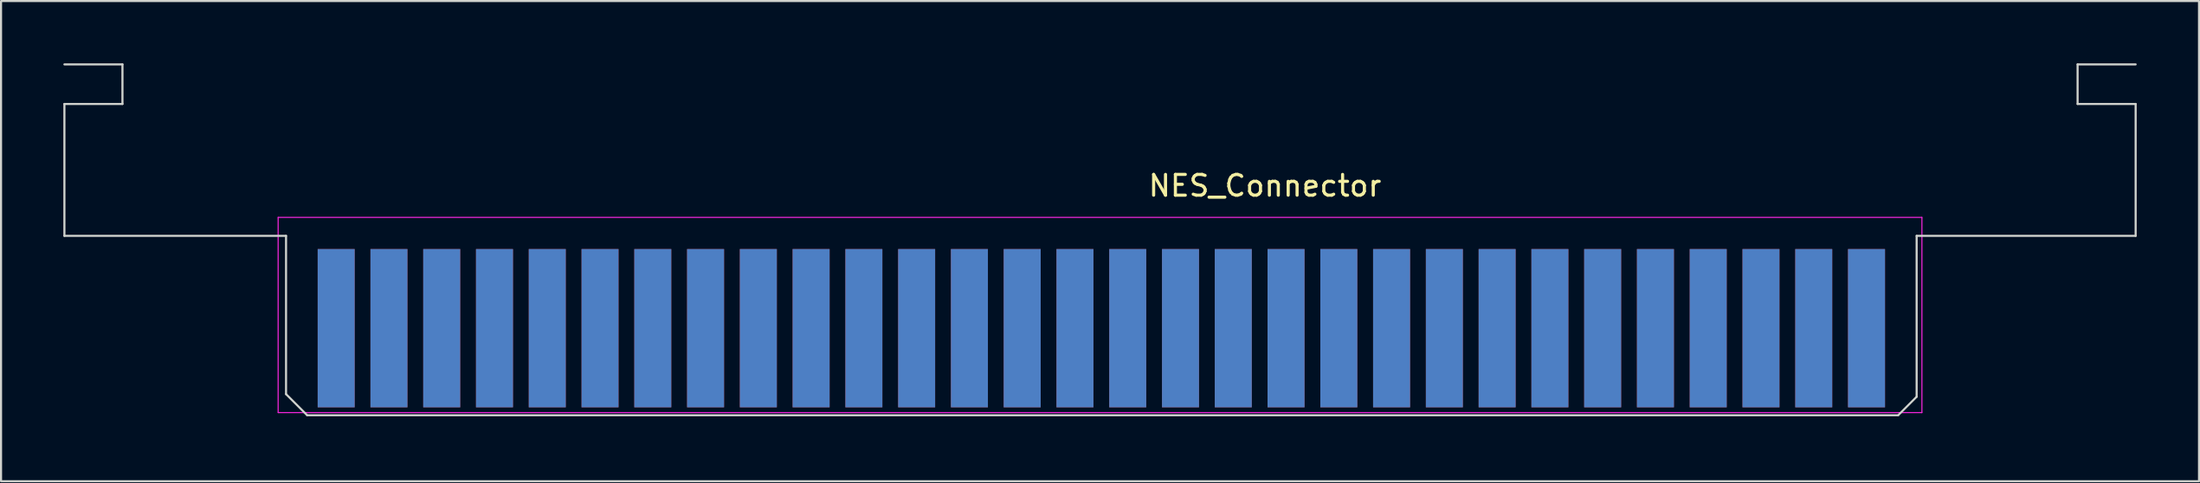
<source format=kicad_pcb>
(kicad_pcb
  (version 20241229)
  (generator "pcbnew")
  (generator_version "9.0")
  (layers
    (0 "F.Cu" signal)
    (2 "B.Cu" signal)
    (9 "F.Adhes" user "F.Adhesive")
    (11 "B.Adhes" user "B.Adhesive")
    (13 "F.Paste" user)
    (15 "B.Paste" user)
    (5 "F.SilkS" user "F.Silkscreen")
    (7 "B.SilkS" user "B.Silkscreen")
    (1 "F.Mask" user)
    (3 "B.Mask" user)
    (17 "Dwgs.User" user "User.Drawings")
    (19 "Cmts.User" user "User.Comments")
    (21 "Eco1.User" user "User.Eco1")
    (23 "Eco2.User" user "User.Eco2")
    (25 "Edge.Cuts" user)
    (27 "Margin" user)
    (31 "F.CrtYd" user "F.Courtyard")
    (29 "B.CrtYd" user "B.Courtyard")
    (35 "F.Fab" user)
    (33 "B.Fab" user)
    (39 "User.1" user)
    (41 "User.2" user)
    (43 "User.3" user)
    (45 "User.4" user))
  (footprint "NES_Connector"
    (layer "F.Cu")
    (at 13.131 12.75)
    (property "Reference" "NES_Connector" (at 44.704 -6.858 0) (layer "F.SilkS") (effects (font (size 1 1) (thickness 0.15))))
    (attr through_hole)
    (fp_rect (start -2.54 -3.556) (end 76.2 4.318) (stroke (width 0.1) (type solid)) (fill yes) (layer "F.Mask"))
    (fp_rect (start -2.54 -3.556) (end 76.2 4.318) (stroke (width 0.1) (type solid)) (fill yes) (layer "B.Mask"))
    (fp_line (start -13.081 -12.7) (end -10.287 -12.7) (stroke (width 0.1) (type solid)) (layer "Edge.Cuts"))
    (fp_line (start -13.081 -10.795) (end -13.081 -4.445) (stroke (width 0.1) (type solid)) (layer "Edge.Cuts"))
    (fp_line (start -13.081 -4.445) (end -2.413 -4.445) (stroke (width 0.1) (type solid)) (layer "Edge.Cuts"))
    (fp_line (start -10.287 -12.7) (end -10.287 -10.795) (stroke (width 0.1) (type solid)) (layer "Edge.Cuts"))
    (fp_line (start -10.287 -10.795) (end -13.081 -10.795) (stroke (width 0.1) (type solid)) (layer "Edge.Cuts"))
    (fp_line (start -2.413 -4.445) (end -2.413 3.175) (stroke (width 0.1) (type solid)) (layer "Edge.Cuts"))
    (fp_line (start -2.413 3.175) (end -1.397 4.191) (stroke (width 0.1) (type solid)) (layer "Edge.Cuts"))
    (fp_line (start -1.397 4.191) (end 75.184 4.191) (stroke (width 0.1) (type solid)) (layer "Edge.Cuts"))
    (fp_line (start 75.184 4.191) (end 76.073 3.302) (stroke (width 0.1) (type solid)) (layer "Edge.Cuts"))
    (fp_line (start 76.073 -4.445) (end 86.614 -4.445) (stroke (width 0.1) (type solid)) (layer "Edge.Cuts"))
    (fp_line (start 76.073 3.302) (end 76.073 -4.445) (stroke (width 0.1) (type solid)) (layer "Edge.Cuts"))
    (fp_line (start 83.82 -12.7) (end 86.614 -12.7) (stroke (width 0.1) (type solid)) (layer "Edge.Cuts"))
    (fp_line (start 83.82 -10.795) (end 83.82 -12.7) (stroke (width 0.1) (type solid)) (layer "Edge.Cuts"))
    (fp_line (start 86.614 -10.795) (end 83.82 -10.795) (stroke (width 0.1) (type solid)) (layer "Edge.Cuts"))
    (fp_line (start 86.614 -4.445) (end 86.614 -10.795) (stroke (width 0.1) (type solid)) (layer "Edge.Cuts"))
    (fp_line (start -2.794 -5.334) (end -2.794 4.06) (stroke (width 0.05) (type solid)) (layer "F.CrtYd"))
    (fp_line (start -2.794 -5.334) (end 76.327 -5.334) (stroke (width 0.05) (type solid)) (layer "F.CrtYd"))
    (fp_line (start 76.327 4.064) (end -2.794 4.064) (stroke (width 0.05) (type solid)) (layer "F.CrtYd"))
    (fp_line (start 76.327 4.064) (end 76.327 -5.334) (stroke (width 0.05) (type solid)) (layer "F.CrtYd"))
    (pad "A1" connect rect (at 0 0) (size 1.78 7.62) (layers "B.Cu" "B.Mask"))
    (pad "A2" connect rect (at 2.54 0) (size 1.78 7.62) (layers "B.Cu" "B.Mask"))
    (pad "A3" connect rect (at 5.08 0) (size 1.78 7.62) (layers "B.Cu" "B.Mask"))
    (pad "A4" connect rect (at 7.62 0) (size 1.78 7.62) (layers "B.Cu" "B.Mask"))
    (pad "A5" connect rect (at 10.16 0) (size 1.78 7.62) (layers "B.Cu" "B.Mask"))
    (pad "A6" connect rect (at 12.7 0) (size 1.78 7.62) (layers "B.Cu" "B.Mask"))
    (pad "A7" connect rect (at 15.24 0) (size 1.78 7.62) (layers "B.Cu" "B.Mask"))
    (pad "A8" connect rect (at 17.78 0) (size 1.78 7.62) (layers "B.Cu" "B.Mask"))
    (pad "A9" connect rect (at 20.32 0) (size 1.78 7.62) (layers "B.Cu" "B.Mask"))
    (pad "A10" connect rect (at 22.86 0) (size 1.78 7.62) (layers "B.Cu" "B.Mask"))
    (pad "A11" connect rect (at 25.4 0) (size 1.78 7.62) (layers "B.Cu" "B.Mask"))
    (pad "A12" connect rect (at 27.94 0) (size 1.78 7.62) (layers "B.Cu" "B.Mask"))
    (pad "A13" connect rect (at 30.48 0) (size 1.78 7.62) (layers "B.Cu" "B.Mask"))
    (pad "A14" connect rect (at 33.02 0) (size 1.78 7.62) (layers "B.Cu" "B.Mask"))
    (pad "A15" connect rect (at 35.56 0) (size 1.78 7.62) (layers "B.Cu" "B.Mask"))
    (pad "A16" connect rect (at 38.1 0) (size 1.78 7.62) (layers "B.Cu" "B.Mask"))
    (pad "A17" connect rect (at 40.64 0) (size 1.78 7.62) (layers "B.Cu" "B.Mask"))
    (pad "A18" connect rect (at 43.18 0) (size 1.78 7.62) (layers "B.Cu" "B.Mask"))
    (pad "A19" connect rect (at 45.72 0) (size 1.78 7.62) (layers "B.Cu" "B.Mask"))
    (pad "A20" connect rect (at 48.26 0) (size 1.78 7.62) (layers "B.Cu" "B.Mask"))
    (pad "A21" connect rect (at 50.8 0) (size 1.78 7.62) (layers "B.Cu" "B.Mask"))
    (pad "A22" connect rect (at 53.34 0) (size 1.78 7.62) (layers "B.Cu" "B.Mask"))
    (pad "A23" connect rect (at 55.88 0) (size 1.78 7.62) (layers "B.Cu" "B.Mask"))
    (pad "A24" connect rect (at 58.42 0) (size 1.78 7.62) (layers "B.Cu" "B.Mask"))
    (pad "A25" connect rect (at 60.96 0) (size 1.78 7.62) (layers "B.Cu" "B.Mask"))
    (pad "A26" connect rect (at 63.5 0) (size 1.78 7.62) (layers "B.Cu" "B.Mask"))
    (pad "A27" connect rect (at 66.04 0) (size 1.78 7.62) (layers "B.Cu" "B.Mask"))
    (pad "A28" connect rect (at 68.58 0) (size 1.78 7.62) (layers "B.Cu" "B.Mask"))
    (pad "A29" connect rect (at 71.12 0) (size 1.78 7.62) (layers "B.Cu" "B.Mask"))
    (pad "A30" connect rect (at 73.66 0) (size 1.78 7.62) (layers "B.Cu" "B.Mask"))
    (pad "B1" connect rect (at 0 0) (size 1.78 7.62) (layers "F.Cu" "F.Mask"))
    (pad "B2" connect rect (at 2.54 0) (size 1.78 7.62) (layers "F.Cu" "F.Mask"))
    (pad "B3" connect rect (at 5.08 0) (size 1.78 7.62) (layers "F.Cu" "F.Mask"))
    (pad "B4" connect rect (at 7.62 0) (size 1.78 7.62) (layers "F.Cu" "F.Mask"))
    (pad "B5" connect rect (at 10.16 0) (size 1.78 7.62) (layers "F.Cu" "F.Mask"))
    (pad "B6" connect rect (at 12.7 0) (size 1.78 7.62) (layers "F.Cu" "F.Mask"))
    (pad "B7" connect rect (at 15.24 0) (size 1.78 7.62) (layers "F.Cu" "F.Mask"))
    (pad "B8" connect rect (at 17.78 0) (size 1.78 7.62) (layers "F.Cu" "F.Mask"))
    (pad "B9" connect rect (at 20.32 0) (size 1.78 7.62) (layers "F.Cu" "F.Mask"))
    (pad "B10" connect rect (at 22.86 0) (size 1.78 7.62) (layers "F.Cu" "F.Mask"))
    (pad "B11" connect rect (at 25.4 0) (size 1.78 7.62) (layers "F.Cu" "F.Mask"))
    (pad "B12" connect rect (at 27.94 0) (size 1.78 7.62) (layers "F.Cu" "F.Mask"))
    (pad "B13" connect rect (at 30.48 0) (size 1.78 7.62) (layers "F.Cu" "F.Mask"))
    (pad "B14" connect rect (at 33.02 0) (size 1.78 7.62) (layers "F.Cu" "F.Mask"))
    (pad "B15" connect rect (at 35.56 0) (size 1.78 7.62) (layers "F.Cu" "F.Mask"))
    (pad "B16" connect rect (at 38.1 0) (size 1.78 7.62) (layers "F.Cu" "F.Mask"))
    (pad "B17" connect rect (at 40.64 0) (size 1.78 7.62) (layers "F.Cu" "F.Mask"))
    (pad "B18" connect rect (at 43.18 0) (size 1.78 7.62) (layers "F.Cu" "F.Mask"))
    (pad "B19" connect rect (at 45.72 0) (size 1.78 7.62) (layers "F.Cu" "F.Mask"))
    (pad "B20" connect rect (at 48.26 0) (size 1.78 7.62) (layers "F.Cu" "F.Mask"))
    (pad "B21" connect rect (at 50.8 0) (size 1.78 7.62) (layers "F.Cu" "F.Mask"))
    (pad "B22" connect rect (at 53.34 0) (size 1.78 7.62) (layers "F.Cu" "F.Mask"))
    (pad "B23" connect rect (at 55.88 0) (size 1.78 7.62) (layers "F.Cu" "F.Mask"))
    (pad "B24" connect rect (at 58.42 0) (size 1.78 7.62) (layers "F.Cu" "F.Mask"))
    (pad "B25" connect rect (at 60.96 0) (size 1.78 7.62) (layers "F.Cu" "F.Mask"))
    (pad "B26" connect rect (at 63.5 0) (size 1.78 7.62) (layers "F.Cu" "F.Mask"))
    (pad "B27" connect rect (at 66.04 0) (size 1.78 7.62) (layers "F.Cu" "F.Mask"))
    (pad "B28" connect rect (at 68.58 0) (size 1.78 7.62) (layers "F.Cu" "F.Mask"))
    (pad "B29" connect rect (at 71.12 0) (size 1.78 7.62) (layers "F.Cu" "F.Mask"))
    (pad "B30" connect rect (at 73.66 0) (size 1.78 7.62) (layers "F.Cu" "F.Mask")))
  (gr_rect
    (start -3 -3)
    (end 102.795 20.118)
    (stroke (width 0.1) (type default))
    (fill no)
    (layer "Edge.Cuts")))
</source>
